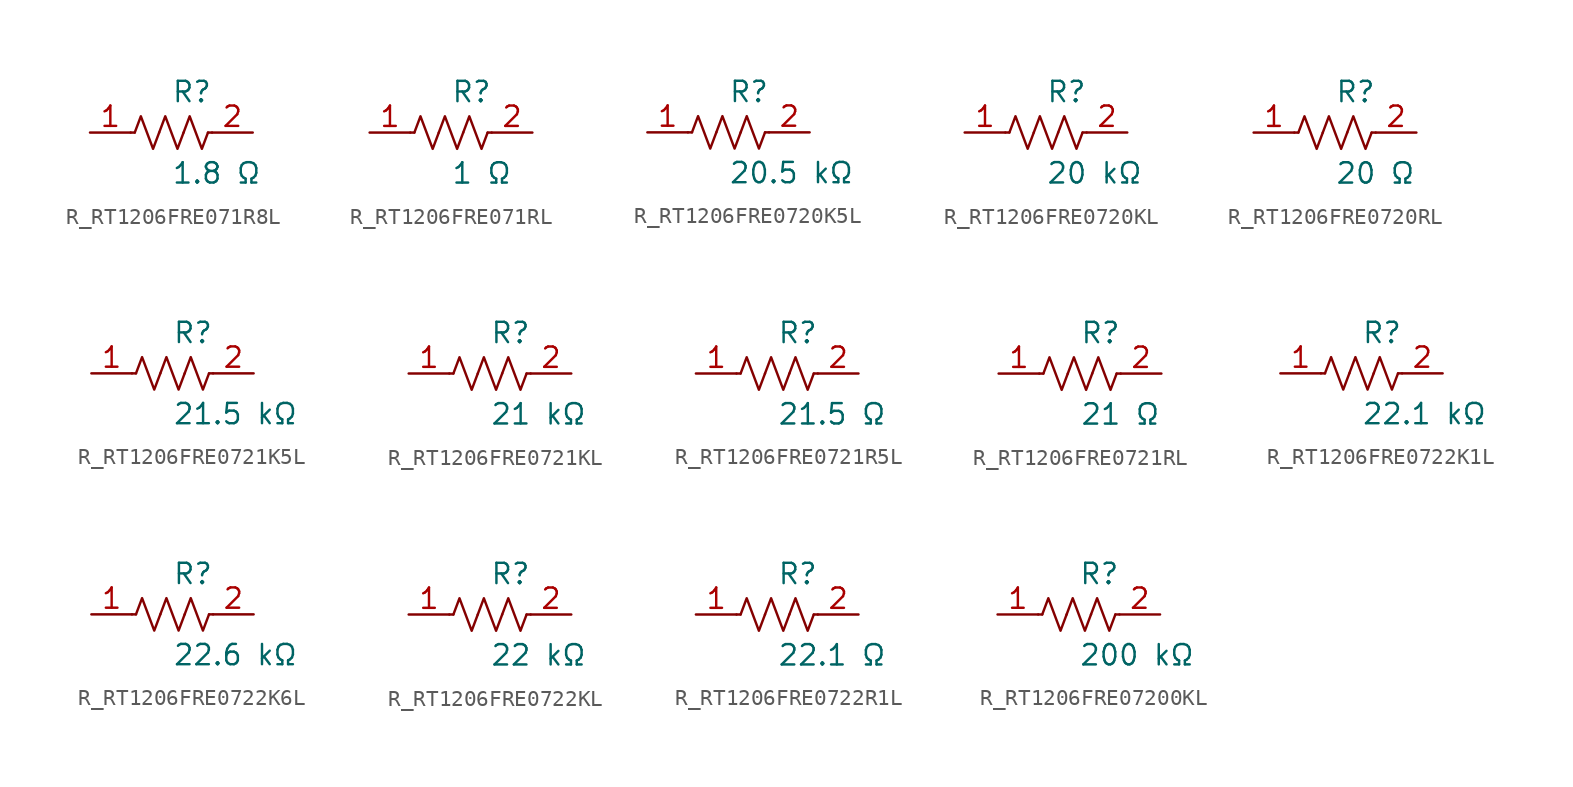
<source format=kicad_sym>
(kicad_symbol_lib
  (version 20231120)
  (generator kicad_symbol_editor)
  (generator_version 8.0)
  (symbol "R_RT1206FRE071R8L"
    (pin_names
      (offset 0.254))
    (property "Reference" "R"
      (at 0 2.54 0)
      (effects (font (size 1.27 1.27)) (justify left)))
    (property "Value" "1.8 Ω"
      (at 0 -2.54 0)
      (effects (font (size 1.27 1.27)) (justify left)))
    (symbol "R_RT1206FRE071R8L_0_1"
      (polyline (pts (xy 2.286 0) (xy 2.54 0)) (stroke (width 0) (type default)) (fill (type none)))
      (polyline (pts (xy -2.286 0) (xy -2.54 0)) (stroke (width 0) (type default)) (fill (type none)))
      (polyline (pts (xy 0.762 0) (xy 1.143 1.016) (xy 1.524 0) (xy 1.905 -1.016) (xy 2.286 0)) (stroke (width 0) (type default)) (fill (type none)))
      (polyline (pts (xy -0.762 0) (xy -0.381 1.016) (xy 0 0) (xy 0.381 -1.016) (xy 0.762 0)) (stroke (width 0) (type default)) (fill (type none)))
      (polyline (pts (xy -2.286 0) (xy -1.905 1.016) (xy -1.524 0) (xy -1.143 -1.016) (xy -0.762 0)) (stroke (width 0) (type default)) (fill (type none))))
    (pin unspecified line
      (at -5.08 0 0)
      (length 2.54)
      (name "" (effects (font (size 1.27 1.27))))
      (number "1" (effects (font (size 1.27 1.27)))))
    (pin unspecified line
      (at 5.08 0 180)
      (length 2.54)
      (name "" (effects (font (size 1.27 1.27))))
      (number "2" (effects (font (size 1.27 1.27))))))
  (symbol "R_RT1206FRE071RL"
    (pin_names
      (offset 0.254))
    (property "Reference" "R"
      (at 0 2.54 0)
      (effects (font (size 1.27 1.27)) (justify left)))
    (property "Value" "1 Ω"
      (at 0 -2.54 0)
      (effects (font (size 1.27 1.27)) (justify left)))
    (symbol "R_RT1206FRE071RL_0_1"
      (polyline (pts (xy 2.286 0) (xy 2.54 0)) (stroke (width 0) (type default)) (fill (type none)))
      (polyline (pts (xy -2.286 0) (xy -2.54 0)) (stroke (width 0) (type default)) (fill (type none)))
      (polyline (pts (xy 0.762 0) (xy 1.143 1.016) (xy 1.524 0) (xy 1.905 -1.016) (xy 2.286 0)) (stroke (width 0) (type default)) (fill (type none)))
      (polyline (pts (xy -0.762 0) (xy -0.381 1.016) (xy 0 0) (xy 0.381 -1.016) (xy 0.762 0)) (stroke (width 0) (type default)) (fill (type none)))
      (polyline (pts (xy -2.286 0) (xy -1.905 1.016) (xy -1.524 0) (xy -1.143 -1.016) (xy -0.762 0)) (stroke (width 0) (type default)) (fill (type none))))
    (pin unspecified line
      (at -5.08 0 0)
      (length 2.54)
      (name "" (effects (font (size 1.27 1.27))))
      (number "1" (effects (font (size 1.27 1.27)))))
    (pin unspecified line
      (at 5.08 0 180)
      (length 2.54)
      (name "" (effects (font (size 1.27 1.27))))
      (number "2" (effects (font (size 1.27 1.27))))))
  (symbol "R_RT1206FRE0720K5L"
    (pin_names
      (offset 0.254))
    (property "Reference" "R"
      (at 0 2.54 0)
      (effects (font (size 1.27 1.27)) (justify left)))
    (property "Value" "20.5 kΩ"
      (at 0 -2.54 0)
      (effects (font (size 1.27 1.27)) (justify left)))
    (symbol "R_RT1206FRE0720K5L_0_1"
      (polyline (pts (xy 2.286 0) (xy 2.54 0)) (stroke (width 0) (type default)) (fill (type none)))
      (polyline (pts (xy -2.286 0) (xy -2.54 0)) (stroke (width 0) (type default)) (fill (type none)))
      (polyline (pts (xy 0.762 0) (xy 1.143 1.016) (xy 1.524 0) (xy 1.905 -1.016) (xy 2.286 0)) (stroke (width 0) (type default)) (fill (type none)))
      (polyline (pts (xy -0.762 0) (xy -0.381 1.016) (xy 0 0) (xy 0.381 -1.016) (xy 0.762 0)) (stroke (width 0) (type default)) (fill (type none)))
      (polyline (pts (xy -2.286 0) (xy -1.905 1.016) (xy -1.524 0) (xy -1.143 -1.016) (xy -0.762 0)) (stroke (width 0) (type default)) (fill (type none))))
    (pin unspecified line
      (at -5.08 0 0)
      (length 2.54)
      (name "" (effects (font (size 1.27 1.27))))
      (number "1" (effects (font (size 1.27 1.27)))))
    (pin unspecified line
      (at 5.08 0 180)
      (length 2.54)
      (name "" (effects (font (size 1.27 1.27))))
      (number "2" (effects (font (size 1.27 1.27))))))
  (symbol "R_RT1206FRE0720KL"
    (pin_names
      (offset 0.254))
    (property "Reference" "R"
      (at 0 2.54 0)
      (effects (font (size 1.27 1.27)) (justify left)))
    (property "Value" "20 kΩ"
      (at 0 -2.54 0)
      (effects (font (size 1.27 1.27)) (justify left)))
    (symbol "R_RT1206FRE0720KL_0_1"
      (polyline (pts (xy 2.286 0) (xy 2.54 0)) (stroke (width 0) (type default)) (fill (type none)))
      (polyline (pts (xy -2.286 0) (xy -2.54 0)) (stroke (width 0) (type default)) (fill (type none)))
      (polyline (pts (xy 0.762 0) (xy 1.143 1.016) (xy 1.524 0) (xy 1.905 -1.016) (xy 2.286 0)) (stroke (width 0) (type default)) (fill (type none)))
      (polyline (pts (xy -0.762 0) (xy -0.381 1.016) (xy 0 0) (xy 0.381 -1.016) (xy 0.762 0)) (stroke (width 0) (type default)) (fill (type none)))
      (polyline (pts (xy -2.286 0) (xy -1.905 1.016) (xy -1.524 0) (xy -1.143 -1.016) (xy -0.762 0)) (stroke (width 0) (type default)) (fill (type none))))
    (pin unspecified line
      (at -5.08 0 0)
      (length 2.54)
      (name "" (effects (font (size 1.27 1.27))))
      (number "1" (effects (font (size 1.27 1.27)))))
    (pin unspecified line
      (at 5.08 0 180)
      (length 2.54)
      (name "" (effects (font (size 1.27 1.27))))
      (number "2" (effects (font (size 1.27 1.27))))))
  (symbol "R_RT1206FRE0720RL"
    (pin_names
      (offset 0.254))
    (property "Reference" "R"
      (at 0 2.54 0)
      (effects (font (size 1.27 1.27)) (justify left)))
    (property "Value" "20 Ω"
      (at 0 -2.54 0)
      (effects (font (size 1.27 1.27)) (justify left)))
    (symbol "R_RT1206FRE0720RL_0_1"
      (polyline (pts (xy 2.286 0) (xy 2.54 0)) (stroke (width 0) (type default)) (fill (type none)))
      (polyline (pts (xy -2.286 0) (xy -2.54 0)) (stroke (width 0) (type default)) (fill (type none)))
      (polyline (pts (xy 0.762 0) (xy 1.143 1.016) (xy 1.524 0) (xy 1.905 -1.016) (xy 2.286 0)) (stroke (width 0) (type default)) (fill (type none)))
      (polyline (pts (xy -0.762 0) (xy -0.381 1.016) (xy 0 0) (xy 0.381 -1.016) (xy 0.762 0)) (stroke (width 0) (type default)) (fill (type none)))
      (polyline (pts (xy -2.286 0) (xy -1.905 1.016) (xy -1.524 0) (xy -1.143 -1.016) (xy -0.762 0)) (stroke (width 0) (type default)) (fill (type none))))
    (pin unspecified line
      (at -5.08 0 0)
      (length 2.54)
      (name "" (effects (font (size 1.27 1.27))))
      (number "1" (effects (font (size 1.27 1.27)))))
    (pin unspecified line
      (at 5.08 0 180)
      (length 2.54)
      (name "" (effects (font (size 1.27 1.27))))
      (number "2" (effects (font (size 1.27 1.27))))))
  (symbol "R_RT1206FRE0721K5L"
    (pin_names
      (offset 0.254))
    (property "Reference" "R"
      (at 0 2.54 0)
      (effects (font (size 1.27 1.27)) (justify left)))
    (property "Value" "21.5 kΩ"
      (at 0 -2.54 0)
      (effects (font (size 1.27 1.27)) (justify left)))
    (symbol "R_RT1206FRE0721K5L_0_1"
      (polyline (pts (xy 2.286 0) (xy 2.54 0)) (stroke (width 0) (type default)) (fill (type none)))
      (polyline (pts (xy -2.286 0) (xy -2.54 0)) (stroke (width 0) (type default)) (fill (type none)))
      (polyline (pts (xy 0.762 0) (xy 1.143 1.016) (xy 1.524 0) (xy 1.905 -1.016) (xy 2.286 0)) (stroke (width 0) (type default)) (fill (type none)))
      (polyline (pts (xy -0.762 0) (xy -0.381 1.016) (xy 0 0) (xy 0.381 -1.016) (xy 0.762 0)) (stroke (width 0) (type default)) (fill (type none)))
      (polyline (pts (xy -2.286 0) (xy -1.905 1.016) (xy -1.524 0) (xy -1.143 -1.016) (xy -0.762 0)) (stroke (width 0) (type default)) (fill (type none))))
    (pin unspecified line
      (at -5.08 0 0)
      (length 2.54)
      (name "" (effects (font (size 1.27 1.27))))
      (number "1" (effects (font (size 1.27 1.27)))))
    (pin unspecified line
      (at 5.08 0 180)
      (length 2.54)
      (name "" (effects (font (size 1.27 1.27))))
      (number "2" (effects (font (size 1.27 1.27))))))
  (symbol "R_RT1206FRE0721KL"
    (pin_names
      (offset 0.254))
    (property "Reference" "R"
      (at 0 2.54 0)
      (effects (font (size 1.27 1.27)) (justify left)))
    (property "Value" "21 kΩ"
      (at 0 -2.54 0)
      (effects (font (size 1.27 1.27)) (justify left)))
    (symbol "R_RT1206FRE0721KL_0_1"
      (polyline (pts (xy 2.286 0) (xy 2.54 0)) (stroke (width 0) (type default)) (fill (type none)))
      (polyline (pts (xy -2.286 0) (xy -2.54 0)) (stroke (width 0) (type default)) (fill (type none)))
      (polyline (pts (xy 0.762 0) (xy 1.143 1.016) (xy 1.524 0) (xy 1.905 -1.016) (xy 2.286 0)) (stroke (width 0) (type default)) (fill (type none)))
      (polyline (pts (xy -0.762 0) (xy -0.381 1.016) (xy 0 0) (xy 0.381 -1.016) (xy 0.762 0)) (stroke (width 0) (type default)) (fill (type none)))
      (polyline (pts (xy -2.286 0) (xy -1.905 1.016) (xy -1.524 0) (xy -1.143 -1.016) (xy -0.762 0)) (stroke (width 0) (type default)) (fill (type none))))
    (pin unspecified line
      (at -5.08 0 0)
      (length 2.54)
      (name "" (effects (font (size 1.27 1.27))))
      (number "1" (effects (font (size 1.27 1.27)))))
    (pin unspecified line
      (at 5.08 0 180)
      (length 2.54)
      (name "" (effects (font (size 1.27 1.27))))
      (number "2" (effects (font (size 1.27 1.27))))))
  (symbol "R_RT1206FRE0721R5L"
    (pin_names
      (offset 0.254))
    (property "Reference" "R"
      (at 0 2.54 0)
      (effects (font (size 1.27 1.27)) (justify left)))
    (property "Value" "21.5 Ω"
      (at 0 -2.54 0)
      (effects (font (size 1.27 1.27)) (justify left)))
    (symbol "R_RT1206FRE0721R5L_0_1"
      (polyline (pts (xy 2.286 0) (xy 2.54 0)) (stroke (width 0) (type default)) (fill (type none)))
      (polyline (pts (xy -2.286 0) (xy -2.54 0)) (stroke (width 0) (type default)) (fill (type none)))
      (polyline (pts (xy 0.762 0) (xy 1.143 1.016) (xy 1.524 0) (xy 1.905 -1.016) (xy 2.286 0)) (stroke (width 0) (type default)) (fill (type none)))
      (polyline (pts (xy -0.762 0) (xy -0.381 1.016) (xy 0 0) (xy 0.381 -1.016) (xy 0.762 0)) (stroke (width 0) (type default)) (fill (type none)))
      (polyline (pts (xy -2.286 0) (xy -1.905 1.016) (xy -1.524 0) (xy -1.143 -1.016) (xy -0.762 0)) (stroke (width 0) (type default)) (fill (type none))))
    (pin unspecified line
      (at -5.08 0 0)
      (length 2.54)
      (name "" (effects (font (size 1.27 1.27))))
      (number "1" (effects (font (size 1.27 1.27)))))
    (pin unspecified line
      (at 5.08 0 180)
      (length 2.54)
      (name "" (effects (font (size 1.27 1.27))))
      (number "2" (effects (font (size 1.27 1.27))))))
  (symbol "R_RT1206FRE0721RL"
    (pin_names
      (offset 0.254))
    (property "Reference" "R"
      (at 0 2.54 0)
      (effects (font (size 1.27 1.27)) (justify left)))
    (property "Value" "21 Ω"
      (at 0 -2.54 0)
      (effects (font (size 1.27 1.27)) (justify left)))
    (symbol "R_RT1206FRE0721RL_0_1"
      (polyline (pts (xy 2.286 0) (xy 2.54 0)) (stroke (width 0) (type default)) (fill (type none)))
      (polyline (pts (xy -2.286 0) (xy -2.54 0)) (stroke (width 0) (type default)) (fill (type none)))
      (polyline (pts (xy 0.762 0) (xy 1.143 1.016) (xy 1.524 0) (xy 1.905 -1.016) (xy 2.286 0)) (stroke (width 0) (type default)) (fill (type none)))
      (polyline (pts (xy -0.762 0) (xy -0.381 1.016) (xy 0 0) (xy 0.381 -1.016) (xy 0.762 0)) (stroke (width 0) (type default)) (fill (type none)))
      (polyline (pts (xy -2.286 0) (xy -1.905 1.016) (xy -1.524 0) (xy -1.143 -1.016) (xy -0.762 0)) (stroke (width 0) (type default)) (fill (type none))))
    (pin unspecified line
      (at -5.08 0 0)
      (length 2.54)
      (name "" (effects (font (size 1.27 1.27))))
      (number "1" (effects (font (size 1.27 1.27)))))
    (pin unspecified line
      (at 5.08 0 180)
      (length 2.54)
      (name "" (effects (font (size 1.27 1.27))))
      (number "2" (effects (font (size 1.27 1.27))))))
  (symbol "R_RT1206FRE0722K1L"
    (pin_names
      (offset 0.254))
    (property "Reference" "R"
      (at 0 2.54 0)
      (effects (font (size 1.27 1.27)) (justify left)))
    (property "Value" "22.1 kΩ"
      (at 0 -2.54 0)
      (effects (font (size 1.27 1.27)) (justify left)))
    (symbol "R_RT1206FRE0722K1L_0_1"
      (polyline (pts (xy 2.286 0) (xy 2.54 0)) (stroke (width 0) (type default)) (fill (type none)))
      (polyline (pts (xy -2.286 0) (xy -2.54 0)) (stroke (width 0) (type default)) (fill (type none)))
      (polyline (pts (xy 0.762 0) (xy 1.143 1.016) (xy 1.524 0) (xy 1.905 -1.016) (xy 2.286 0)) (stroke (width 0) (type default)) (fill (type none)))
      (polyline (pts (xy -0.762 0) (xy -0.381 1.016) (xy 0 0) (xy 0.381 -1.016) (xy 0.762 0)) (stroke (width 0) (type default)) (fill (type none)))
      (polyline (pts (xy -2.286 0) (xy -1.905 1.016) (xy -1.524 0) (xy -1.143 -1.016) (xy -0.762 0)) (stroke (width 0) (type default)) (fill (type none))))
    (pin unspecified line
      (at -5.08 0 0)
      (length 2.54)
      (name "" (effects (font (size 1.27 1.27))))
      (number "1" (effects (font (size 1.27 1.27)))))
    (pin unspecified line
      (at 5.08 0 180)
      (length 2.54)
      (name "" (effects (font (size 1.27 1.27))))
      (number "2" (effects (font (size 1.27 1.27))))))
  (symbol "R_RT1206FRE0722K6L"
    (pin_names
      (offset 0.254))
    (property "Reference" "R"
      (at 0 2.54 0)
      (effects (font (size 1.27 1.27)) (justify left)))
    (property "Value" "22.6 kΩ"
      (at 0 -2.54 0)
      (effects (font (size 1.27 1.27)) (justify left)))
    (symbol "R_RT1206FRE0722K6L_0_1"
      (polyline (pts (xy 2.286 0) (xy 2.54 0)) (stroke (width 0) (type default)) (fill (type none)))
      (polyline (pts (xy -2.286 0) (xy -2.54 0)) (stroke (width 0) (type default)) (fill (type none)))
      (polyline (pts (xy 0.762 0) (xy 1.143 1.016) (xy 1.524 0) (xy 1.905 -1.016) (xy 2.286 0)) (stroke (width 0) (type default)) (fill (type none)))
      (polyline (pts (xy -0.762 0) (xy -0.381 1.016) (xy 0 0) (xy 0.381 -1.016) (xy 0.762 0)) (stroke (width 0) (type default)) (fill (type none)))
      (polyline (pts (xy -2.286 0) (xy -1.905 1.016) (xy -1.524 0) (xy -1.143 -1.016) (xy -0.762 0)) (stroke (width 0) (type default)) (fill (type none))))
    (pin unspecified line
      (at -5.08 0 0)
      (length 2.54)
      (name "" (effects (font (size 1.27 1.27))))
      (number "1" (effects (font (size 1.27 1.27)))))
    (pin unspecified line
      (at 5.08 0 180)
      (length 2.54)
      (name "" (effects (font (size 1.27 1.27))))
      (number "2" (effects (font (size 1.27 1.27))))))
  (symbol "R_RT1206FRE0722KL"
    (pin_names
      (offset 0.254))
    (property "Reference" "R"
      (at 0 2.54 0)
      (effects (font (size 1.27 1.27)) (justify left)))
    (property "Value" "22 kΩ"
      (at 0 -2.54 0)
      (effects (font (size 1.27 1.27)) (justify left)))
    (symbol "R_RT1206FRE0722KL_0_1"
      (polyline (pts (xy 2.286 0) (xy 2.54 0)) (stroke (width 0) (type default)) (fill (type none)))
      (polyline (pts (xy -2.286 0) (xy -2.54 0)) (stroke (width 0) (type default)) (fill (type none)))
      (polyline (pts (xy 0.762 0) (xy 1.143 1.016) (xy 1.524 0) (xy 1.905 -1.016) (xy 2.286 0)) (stroke (width 0) (type default)) (fill (type none)))
      (polyline (pts (xy -0.762 0) (xy -0.381 1.016) (xy 0 0) (xy 0.381 -1.016) (xy 0.762 0)) (stroke (width 0) (type default)) (fill (type none)))
      (polyline (pts (xy -2.286 0) (xy -1.905 1.016) (xy -1.524 0) (xy -1.143 -1.016) (xy -0.762 0)) (stroke (width 0) (type default)) (fill (type none))))
    (pin unspecified line
      (at -5.08 0 0)
      (length 2.54)
      (name "" (effects (font (size 1.27 1.27))))
      (number "1" (effects (font (size 1.27 1.27)))))
    (pin unspecified line
      (at 5.08 0 180)
      (length 2.54)
      (name "" (effects (font (size 1.27 1.27))))
      (number "2" (effects (font (size 1.27 1.27))))))
  (symbol "R_RT1206FRE0722R1L"
    (pin_names
      (offset 0.254))
    (property "Reference" "R"
      (at 0 2.54 0)
      (effects (font (size 1.27 1.27)) (justify left)))
    (property "Value" "22.1 Ω"
      (at 0 -2.54 0)
      (effects (font (size 1.27 1.27)) (justify left)))
    (symbol "R_RT1206FRE0722R1L_0_1"
      (polyline (pts (xy 2.286 0) (xy 2.54 0)) (stroke (width 0) (type default)) (fill (type none)))
      (polyline (pts (xy -2.286 0) (xy -2.54 0)) (stroke (width 0) (type default)) (fill (type none)))
      (polyline (pts (xy 0.762 0) (xy 1.143 1.016) (xy 1.524 0) (xy 1.905 -1.016) (xy 2.286 0)) (stroke (width 0) (type default)) (fill (type none)))
      (polyline (pts (xy -0.762 0) (xy -0.381 1.016) (xy 0 0) (xy 0.381 -1.016) (xy 0.762 0)) (stroke (width 0) (type default)) (fill (type none)))
      (polyline (pts (xy -2.286 0) (xy -1.905 1.016) (xy -1.524 0) (xy -1.143 -1.016) (xy -0.762 0)) (stroke (width 0) (type default)) (fill (type none))))
    (pin unspecified line
      (at -5.08 0 0)
      (length 2.54)
      (name "" (effects (font (size 1.27 1.27))))
      (number "1" (effects (font (size 1.27 1.27)))))
    (pin unspecified line
      (at 5.08 0 180)
      (length 2.54)
      (name "" (effects (font (size 1.27 1.27))))
      (number "2" (effects (font (size 1.27 1.27))))))
  (symbol "R_RT1206FRE07200KL"
    (pin_names
      (offset 0.254))
    (property "Reference" "R"
      (at 0 2.54 0)
      (effects (font (size 1.27 1.27)) (justify left)))
    (property "Value" "200 kΩ"
      (at 0 -2.54 0)
      (effects (font (size 1.27 1.27)) (justify left)))
    (symbol "R_RT1206FRE07200KL_0_1"
      (polyline (pts (xy 2.286 0) (xy 2.54 0)) (stroke (width 0) (type default)) (fill (type none)))
      (polyline (pts (xy -2.286 0) (xy -2.54 0)) (stroke (width 0) (type default)) (fill (type none)))
      (polyline (pts (xy 0.762 0) (xy 1.143 1.016) (xy 1.524 0) (xy 1.905 -1.016) (xy 2.286 0)) (stroke (width 0) (type default)) (fill (type none)))
      (polyline (pts (xy -0.762 0) (xy -0.381 1.016) (xy 0 0) (xy 0.381 -1.016) (xy 0.762 0)) (stroke (width 0) (type default)) (fill (type none)))
      (polyline (pts (xy -2.286 0) (xy -1.905 1.016) (xy -1.524 0) (xy -1.143 -1.016) (xy -0.762 0)) (stroke (width 0) (type default)) (fill (type none))))
    (pin unspecified line
      (at -5.08 0 0)
      (length 2.54)
      (name "" (effects (font (size 1.27 1.27))))
      (number "1" (effects (font (size 1.27 1.27)))))
    (pin unspecified line
      (at 5.08 0 180)
      (length 2.54)
      (name "" (effects (font (size 1.27 1.27))))
      (number "2" (effects (font (size 1.27 1.27)))))))
</source>
